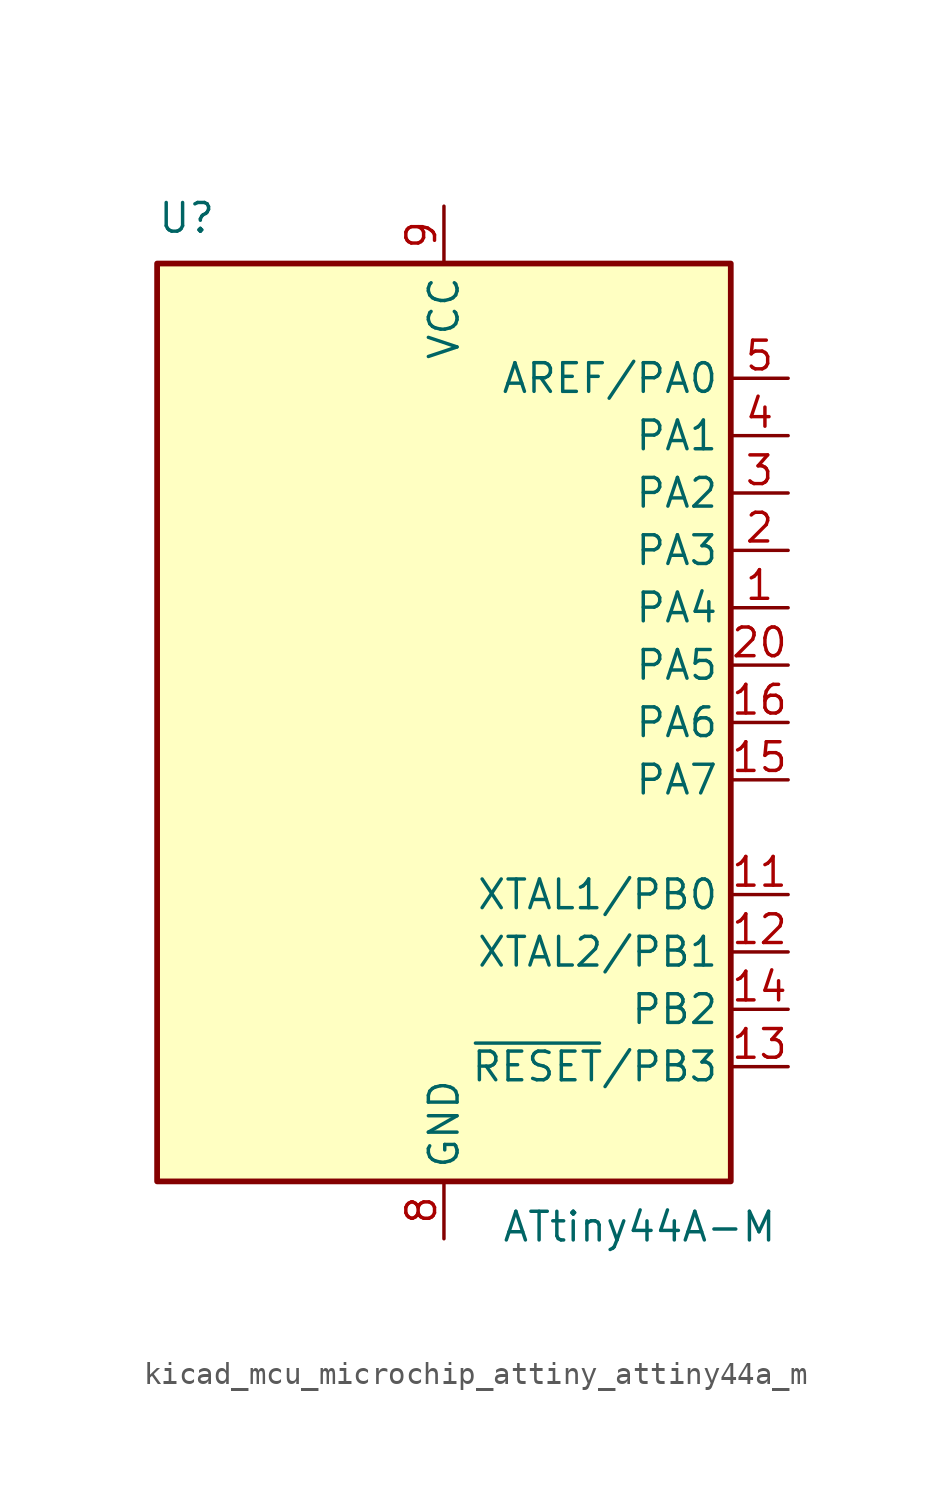
<source format=kicad_sym>
(kicad_symbol_lib
  (version 20220914)
  (generator kicad_symbol_editor)
  (symbol "kicad_mcu_microchip_attiny_attiny44a_m"
    (property "Reference" "U"
      (at -12.7 21.59 0)
      (effects (font (size 1.27 1.27)) (justify left bottom)))
    (property "Value" "ATtiny44A-M"
      (at 2.54 -21.59 0)
      (effects (font (size 1.27 1.27)) (justify left top)))
    (symbol "kicad_mcu_microchip_attiny_attiny44a_m_0_1"
      (rectangle (start -12.7 -20.32) (end 12.7 20.32) (stroke (width 0.254) (type default)) (fill (type background))))
    (symbol "kicad_mcu_microchip_attiny_attiny44a_m_1_1"
      (pin bidirectional line (at 15.24 5.08 180) (length 2.54) (name "PA4" (effects (font (size 1.27 1.27)))) (number "1" (effects (font (size 1.27 1.27)))))
      (pin no_connect line (at -12.7 -10.16 0) (length 2.54) hide (name "NC" (effects (font (size 1.27 1.27)))) (number "10" (effects (font (size 1.27 1.27)))))
      (pin bidirectional line (at 15.24 -7.62 180) (length 2.54) (name "XTAL1/PB0" (effects (font (size 1.27 1.27)))) (number "11" (effects (font (size 1.27 1.27)))))
      (pin bidirectional line (at 15.24 -10.16 180) (length 2.54) (name "XTAL2/PB1" (effects (font (size 1.27 1.27)))) (number "12" (effects (font (size 1.27 1.27)))))
      (pin bidirectional line (at 15.24 -15.24 180) (length 2.54) (name "~{RESET}/PB3" (effects (font (size 1.27 1.27)))) (number "13" (effects (font (size 1.27 1.27)))))
      (pin bidirectional line (at 15.24 -12.7 180) (length 2.54) (name "PB2" (effects (font (size 1.27 1.27)))) (number "14" (effects (font (size 1.27 1.27)))))
      (pin bidirectional line (at 15.24 -2.54 180) (length 2.54) (name "PA7" (effects (font (size 1.27 1.27)))) (number "15" (effects (font (size 1.27 1.27)))))
      (pin bidirectional line (at 15.24 0 180) (length 2.54) (name "PA6" (effects (font (size 1.27 1.27)))) (number "16" (effects (font (size 1.27 1.27)))))
      (pin no_connect line (at -12.7 -12.7 0) (length 2.54) hide (name "NC" (effects (font (size 1.27 1.27)))) (number "17" (effects (font (size 1.27 1.27)))))
      (pin no_connect line (at -12.7 -15.24 0) (length 2.54) hide (name "NC" (effects (font (size 1.27 1.27)))) (number "18" (effects (font (size 1.27 1.27)))))
      (pin no_connect line (at -12.7 -17.78 0) (length 2.54) hide (name "NC" (effects (font (size 1.27 1.27)))) (number "19" (effects (font (size 1.27 1.27)))))
      (pin bidirectional line (at 15.24 7.62 180) (length 2.54) (name "PA3" (effects (font (size 1.27 1.27)))) (number "2" (effects (font (size 1.27 1.27)))))
      (pin bidirectional line (at 15.24 2.54 180) (length 2.54) (name "PA5" (effects (font (size 1.27 1.27)))) (number "20" (effects (font (size 1.27 1.27)))))
      (pin passive line (at 0 -22.86 90) (length 2.54) hide (name "GND" (effects (font (size 1.27 1.27)))) (number "21" (effects (font (size 1.27 1.27)))))
      (pin bidirectional line (at 15.24 10.16 180) (length 2.54) (name "PA2" (effects (font (size 1.27 1.27)))) (number "3" (effects (font (size 1.27 1.27)))))
      (pin bidirectional line (at 15.24 12.7 180) (length 2.54) (name "PA1" (effects (font (size 1.27 1.27)))) (number "4" (effects (font (size 1.27 1.27)))))
      (pin bidirectional line (at 15.24 15.24 180) (length 2.54) (name "AREF/PA0" (effects (font (size 1.27 1.27)))) (number "5" (effects (font (size 1.27 1.27)))))
      (pin no_connect line (at -12.7 -5.08 0) (length 2.54) hide (name "NC" (effects (font (size 1.27 1.27)))) (number "6" (effects (font (size 1.27 1.27)))))
      (pin no_connect line (at -12.7 -7.62 0) (length 2.54) hide (name "NC" (effects (font (size 1.27 1.27)))) (number "7" (effects (font (size 1.27 1.27)))))
      (pin power_in line (at 0 -22.86 90) (length 2.54) (name "GND" (effects (font (size 1.27 1.27)))) (number "8" (effects (font (size 1.27 1.27)))))
      (pin power_in line (at 0 22.86 270) (length 2.54) (name "VCC" (effects (font (size 1.27 1.27)))) (number "9" (effects (font (size 1.27 1.27))))))))
</source>
